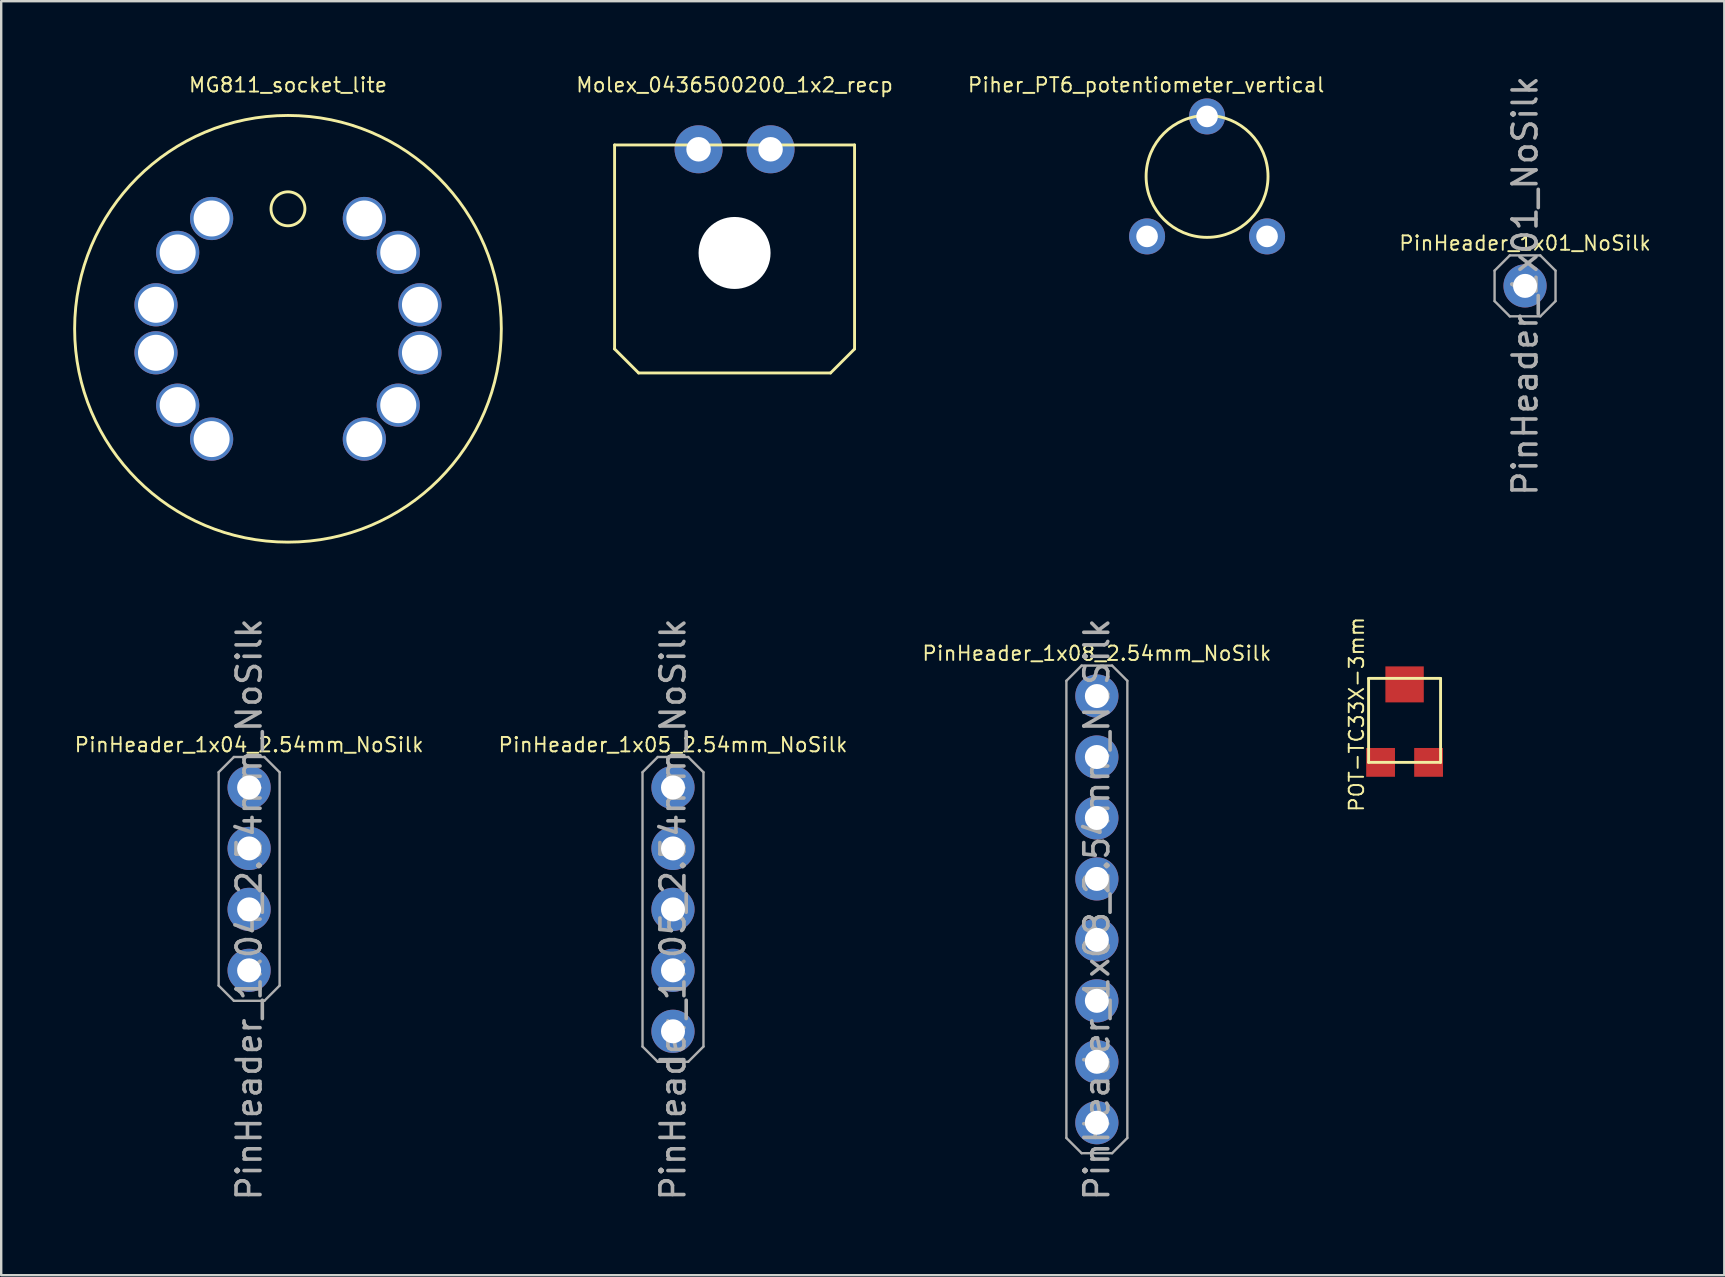
<source format=kicad_pcb>
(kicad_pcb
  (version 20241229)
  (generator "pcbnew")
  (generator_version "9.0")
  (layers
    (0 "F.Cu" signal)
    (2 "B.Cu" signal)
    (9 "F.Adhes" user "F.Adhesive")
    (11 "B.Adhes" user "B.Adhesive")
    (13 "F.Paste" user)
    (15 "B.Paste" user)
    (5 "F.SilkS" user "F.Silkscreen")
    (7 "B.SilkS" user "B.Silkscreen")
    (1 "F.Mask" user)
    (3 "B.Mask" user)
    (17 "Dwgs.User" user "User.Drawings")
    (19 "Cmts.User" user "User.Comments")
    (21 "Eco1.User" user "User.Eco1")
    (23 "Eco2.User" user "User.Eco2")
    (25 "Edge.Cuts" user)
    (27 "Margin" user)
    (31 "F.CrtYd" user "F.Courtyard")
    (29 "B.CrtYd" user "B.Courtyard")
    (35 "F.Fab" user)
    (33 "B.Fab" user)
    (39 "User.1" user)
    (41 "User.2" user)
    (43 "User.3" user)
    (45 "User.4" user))
  (footprint "PinHeader_1x08_2.54mm_NoSilk"
    (layer "F.Cu")
    (at 42.657 25.955)
    (property "Reference" "PinHeader_1x08_2.54mm_NoSilk" (at 0 -1.778 0) (layer "F.SilkS") (effects (font (size 0.6 0.6) (thickness 0.08))))
    (attr through_hole)
    (fp_line (start -1.27 -0.635) (end -0.635 -1.27) (stroke (width 0.1) (type solid)) (layer "F.Fab"))
    (fp_line (start -1.27 18.415) (end -1.27 -0.635) (stroke (width 0.1) (type solid)) (layer "F.Fab"))
    (fp_line (start -1.27 18.415) (end -0.635 19.05) (stroke (width 0.1) (type solid)) (layer "F.Fab"))
    (fp_line (start -0.635 -1.27) (end 0.635 -1.27) (stroke (width 0.1) (type solid)) (layer "F.Fab"))
    (fp_line (start -0.635 19.05) (end 0.635 19.05) (stroke (width 0.1) (type solid)) (layer "F.Fab"))
    (fp_line (start 1.27 -0.635) (end 0.635 -1.27) (stroke (width 0.1) (type solid)) (layer "F.Fab"))
    (fp_line (start 1.27 18.415) (end 0.635 19.05) (stroke (width 0.1) (type solid)) (layer "F.Fab"))
    (fp_line (start 1.27 18.415) (end 1.27 -0.635) (stroke (width 0.1) (type solid)) (layer "F.Fab"))
    (fp_text user "${REFERENCE}" (at 0 8.89 90) (layer "F.Fab") (effects (font (size 1 1) (thickness 0.15))))
    (pad "1" thru_hole oval (at 0 0) (size 1.8 1.8) (drill 1) (layers "*.Cu" "*.Mask"))
    (pad "2" thru_hole oval (at 0 2.54) (size 1.8 1.8) (drill 1) (layers "*.Cu" "*.Mask"))
    (pad "3" thru_hole oval (at 0 5.08) (size 1.8 1.8) (drill 1) (layers "*.Cu" "*.Mask"))
    (pad "4" thru_hole oval (at 0 7.62) (size 1.8 1.8) (drill 1) (layers "*.Cu" "*.Mask"))
    (pad "5" thru_hole oval (at 0 10.16) (size 1.8 1.8) (drill 1) (layers "*.Cu" "*.Mask"))
    (pad "6" thru_hole oval (at 0 12.7) (size 1.8 1.8) (drill 1) (layers "*.Cu" "*.Mask"))
    (pad "7" thru_hole oval (at 0 15.24) (size 1.8 1.8) (drill 1) (layers "*.Cu" "*.Mask"))
    (pad "8" thru_hole oval (at 0 17.78) (size 1.8 1.8) (drill 1) (layers "*.Cu" "*.Mask")))
  (footprint "MG811_socket_lite"
    (layer "F.Cu")
    (at 8.95 10.651)
    (property "Reference" "MG811_socket_lite" (at 0 -10.16 0) (layer "F.SilkS") (effects (font (size 0.6 0.6) (thickness 0.08))))
    (attr through_hole)
    (fp_circle (center 0 -5) (end 0.5 -4.5) (stroke (width 0.12) (type solid)) (fill no) (layer "F.SilkS"))
    (fp_circle (center 0 0) (end 8.89 0) (stroke (width 0.12) (type solid)) (fill no) (layer "F.SilkS"))
    (pad "1" thru_hole circle (at -4.596 -3.182 180) (size 1.8 1.8) (drill 1.5) (layers "*.Cu" "*.Mask"))
    (pad "1" thru_hole circle (at -3.182 -4.596 180) (size 1.8 1.8) (drill 1.5) (layers "*.Cu" "*.Mask"))
    (pad "2" thru_hole circle (at -5.5 -1 180) (size 1.8 1.8) (drill 1.5) (layers "*.Cu" "*.Mask"))
    (pad "2" thru_hole circle (at -5.5 1 180) (size 1.8 1.8) (drill 1.5) (layers "*.Cu" "*.Mask"))
    (pad "3" thru_hole circle (at -4.596 3.182 180) (size 1.8 1.8) (drill 1.5) (layers "*.Cu" "*.Mask"))
    (pad "3" thru_hole circle (at -3.182 4.596 180) (size 1.8 1.8) (drill 1.5) (layers "*.Cu" "*.Mask"))
    (pad "4" thru_hole circle (at 3.182 4.596 180) (size 1.8 1.8) (drill 1.5) (layers "*.Cu" "*.Mask"))
    (pad "4" thru_hole circle (at 4.596 3.182 180) (size 1.8 1.8) (drill 1.5) (layers "*.Cu" "*.Mask"))
    (pad "5" thru_hole circle (at 5.5 -1 180) (size 1.8 1.8) (drill 1.5) (layers "*.Cu" "*.Mask"))
    (pad "5" thru_hole circle (at 5.5 1 180) (size 1.8 1.8) (drill 1.5) (layers "*.Cu" "*.Mask"))
    (pad "6" thru_hole circle (at 3.182 -4.596 180) (size 1.8 1.8) (drill 1.5) (layers "*.Cu" "*.Mask"))
    (pad "6" thru_hole circle (at 4.596 -3.182 180) (size 1.8 1.8) (drill 1.5) (layers "*.Cu" "*.Mask")))
  (footprint "PinHeader_1x01_NoSilk"
    (layer "F.Cu")
    (at 60.5 8.863)
    (property "Reference" "PinHeader_1x01_NoSilk" (at 0 -1.778 0) (layer "F.SilkS") (effects (font (size 0.6 0.6) (thickness 0.08))))
    (attr through_hole)
    (fp_line (start -1.27 -0.635) (end -0.635 -1.27) (stroke (width 0.1) (type solid)) (layer "F.Fab"))
    (fp_line (start -1.27 0.635) (end -1.27 -0.635) (stroke (width 0.1) (type solid)) (layer "F.Fab"))
    (fp_line (start -1.27 0.635) (end -0.635 1.27) (stroke (width 0.1) (type solid)) (layer "F.Fab"))
    (fp_line (start -0.635 -1.27) (end 0.635 -1.27) (stroke (width 0.1) (type solid)) (layer "F.Fab"))
    (fp_line (start -0.635 1.27) (end 0.635 1.27) (stroke (width 0.1) (type solid)) (layer "F.Fab"))
    (fp_line (start 1.27 -0.635) (end 0.635 -1.27) (stroke (width 0.1) (type solid)) (layer "F.Fab"))
    (fp_line (start 1.27 0.635) (end 0.635 1.27) (stroke (width 0.1) (type solid)) (layer "F.Fab"))
    (fp_line (start 1.27 0.635) (end 1.27 -0.635) (stroke (width 0.1) (type solid)) (layer "F.Fab"))
    (fp_text user "${REFERENCE}" (at 0 0 90) (layer "F.Fab") (effects (font (size 1 1) (thickness 0.15))))
    (pad "1" thru_hole oval (at 0 0) (size 1.8 1.8) (drill 1) (layers "*.Cu" "*.Mask")))
  (footprint "POT-TC33X-3mm"
    (layer "F.Cu")
    (at 55.48 28.719)
    (property "Reference" "POT-TC33X-3mm" (at -2 -2 90) (layer "F.SilkS") (effects (font (size 0.6 0.6) (thickness 0.08))))
    (attr through_hole)
    (fp_line (start -1.5 -3.5) (end 1.5 -3.5) (stroke (width 0.12) (type solid)) (layer "F.SilkS"))
    (fp_line (start -1.5 0) (end -1.5 -3.5) (stroke (width 0.12) (type solid)) (layer "F.SilkS"))
    (fp_line (start 1.5 -3.5) (end 1.5 0) (stroke (width 0.12) (type solid)) (layer "F.SilkS"))
    (fp_line (start 1.5 0) (end -1.5 0) (stroke (width 0.12) (type solid)) (layer "F.SilkS"))
    (pad "1" smd rect (at -1 0) (size 1.2 1.2) (layers "F.Cu" "F.Mask" "F.Paste"))
    (pad "2" smd rect (at 0 -3.25) (size 1.6 1.5) (layers "F.Cu" "F.Mask" "F.Paste"))
    (pad "3" smd rect (at 1 0) (size 1.2 1.2) (layers "F.Cu" "F.Mask" "F.Paste")))
  (footprint "PinHeader_1x04_2.54mm_NoSilk"
    (layer "F.Cu")
    (at 7.331 29.765)
    (property "Reference" "PinHeader_1x04_2.54mm_NoSilk" (at 0 -1.778 0) (layer "F.SilkS") (effects (font (size 0.6 0.6) (thickness 0.08))))
    (attr through_hole)
    (fp_line (start -1.27 -0.635) (end -0.635 -1.27) (stroke (width 0.1) (type solid)) (layer "F.Fab"))
    (fp_line (start -1.27 8.255) (end -1.27 -0.635) (stroke (width 0.1) (type solid)) (layer "F.Fab"))
    (fp_line (start -1.27 8.255) (end -0.635 8.89) (stroke (width 0.1) (type solid)) (layer "F.Fab"))
    (fp_line (start -0.635 -1.27) (end 0.635 -1.27) (stroke (width 0.1) (type solid)) (layer "F.Fab"))
    (fp_line (start -0.635 8.89) (end 0.635 8.89) (stroke (width 0.1) (type solid)) (layer "F.Fab"))
    (fp_line (start 1.27 -0.635) (end 0.635 -1.27) (stroke (width 0.1) (type solid)) (layer "F.Fab"))
    (fp_line (start 1.27 8.255) (end 0.635 8.89) (stroke (width 0.1) (type solid)) (layer "F.Fab"))
    (fp_line (start 1.27 8.255) (end 1.27 -0.635) (stroke (width 0.1) (type solid)) (layer "F.Fab"))
    (fp_text user "${REFERENCE}" (at 0 5.08 90) (layer "F.Fab") (effects (font (size 1 1) (thickness 0.15))))
    (pad "1" thru_hole oval (at 0 0) (size 1.8 1.8) (drill 1) (layers "*.Cu" "*.Mask"))
    (pad "2" thru_hole oval (at 0 2.54) (size 1.8 1.8) (drill 1) (layers "*.Cu" "*.Mask"))
    (pad "3" thru_hole oval (at 0 5.08) (size 1.8 1.8) (drill 1) (layers "*.Cu" "*.Mask"))
    (pad "4" thru_hole oval (at 0 7.62) (size 1.8 1.8) (drill 1) (layers "*.Cu" "*.Mask")))
  (footprint "Molex_0436500200_1x2_recp"
    (layer "F.Cu")
    (at 27.56 7.491)
    (property "Reference" "Molex_0436500200_1x2_recp" (at 0 -7 0) (layer "F.SilkS") (effects (font (size 0.6 0.6) (thickness 0.08))))
    (attr through_hole)
    (fp_line (start -5 -4.5) (end 5 -4.5) (stroke (width 0.12) (type solid)) (layer "F.SilkS"))
    (fp_line (start -5 4) (end -5 -4.5) (stroke (width 0.12) (type solid)) (layer "F.SilkS"))
    (fp_line (start -4 5) (end -5 4) (stroke (width 0.12) (type solid)) (layer "F.SilkS"))
    (fp_line (start 4 5) (end -4 5) (stroke (width 0.12) (type solid)) (layer "F.SilkS"))
    (fp_line (start 5 -4.5) (end 5 4) (stroke (width 0.12) (type solid)) (layer "F.SilkS"))
    (fp_line (start 5 4) (end 4 5) (stroke (width 0.12) (type solid)) (layer "F.SilkS"))
    (pad "" np_thru_hole circle (at 0 0) (size 3 3) (drill 3) (layers "*.Cu" "*.Mask"))
    (pad "1" thru_hole circle (at 1.5 -4.32) (size 2 2) (drill 1.02) (layers "*.Cu" "*.Mask"))
    (pad "2" thru_hole circle (at -1.5 -4.32) (size 2 2) (drill 1.02) (layers "*.Cu" "*.Mask")))
  (footprint "Piher_PT6_potentiometer_vertical"
    (layer "F.Cu")
    (at 47.249 4.301)
    (property "Reference" "Piher_PT6_potentiometer_vertical" (at -2.54 -3.81 0) (layer "F.SilkS") (effects (font (size 0.6 0.6) (thickness 0.08))))
    (attr through_hole)
    (fp_circle (center 0 0) (end 0 -2.54) (stroke (width 0.12) (type solid)) (fill no) (layer "F.SilkS"))
    (pad "1" thru_hole circle (at 2.5 2.5) (size 1.5 1.5) (drill 0.9) (layers "*.Cu" "*.Mask"))
    (pad "2" thru_hole circle (at 0 -2.5) (size 1.5 1.5) (drill 0.9) (layers "*.Cu" "*.Mask"))
    (pad "3" thru_hole circle (at -2.5 2.5) (size 1.5 1.5) (drill 0.9) (layers "*.Cu" "*.Mask")))
  (footprint "PinHeader_1x05_2.54mm_NoSilk"
    (layer "F.Cu")
    (at 24.994 29.765)
    (property "Reference" "PinHeader_1x05_2.54mm_NoSilk" (at 0 -1.778 0) (layer "F.SilkS") (effects (font (size 0.6 0.6) (thickness 0.08))))
    (attr through_hole)
    (fp_line (start -1.27 -0.635) (end -0.635 -1.27) (stroke (width 0.1) (type solid)) (layer "F.Fab"))
    (fp_line (start -1.27 10.795) (end -1.27 -0.635) (stroke (width 0.1) (type solid)) (layer "F.Fab"))
    (fp_line (start -1.27 10.795) (end -0.635 11.43) (stroke (width 0.1) (type solid)) (layer "F.Fab"))
    (fp_line (start -0.635 -1.27) (end 0.635 -1.27) (stroke (width 0.1) (type solid)) (layer "F.Fab"))
    (fp_line (start -0.635 11.43) (end 0.635 11.43) (stroke (width 0.1) (type solid)) (layer "F.Fab"))
    (fp_line (start 1.27 -0.635) (end 0.635 -1.27) (stroke (width 0.1) (type solid)) (layer "F.Fab"))
    (fp_line (start 1.27 10.795) (end 0.635 11.43) (stroke (width 0.1) (type solid)) (layer "F.Fab"))
    (fp_line (start 1.27 10.795) (end 1.27 -0.635) (stroke (width 0.1) (type solid)) (layer "F.Fab"))
    (fp_text user "${REFERENCE}" (at 0 5.08 90) (layer "F.Fab") (effects (font (size 1 1) (thickness 0.15))))
    (pad "1" thru_hole oval (at 0 0) (size 1.8 1.8) (drill 1) (layers "*.Cu" "*.Mask"))
    (pad "2" thru_hole oval (at 0 2.54) (size 1.8 1.8) (drill 1) (layers "*.Cu" "*.Mask"))
    (pad "3" thru_hole oval (at 0 5.08) (size 1.8 1.8) (drill 1) (layers "*.Cu" "*.Mask"))
    (pad "4" thru_hole oval (at 0 7.62) (size 1.8 1.8) (drill 1) (layers "*.Cu" "*.Mask"))
    (pad "5" thru_hole oval (at 0 10.16) (size 1.8 1.8) (drill 1) (layers "*.Cu" "*.Mask")))
  (gr_rect
    (start -3 -3)
    (end 68.803 50.089)
    (stroke (width 0.1) (type default))
    (fill no)
    (layer "Edge.Cuts")))
</source>
